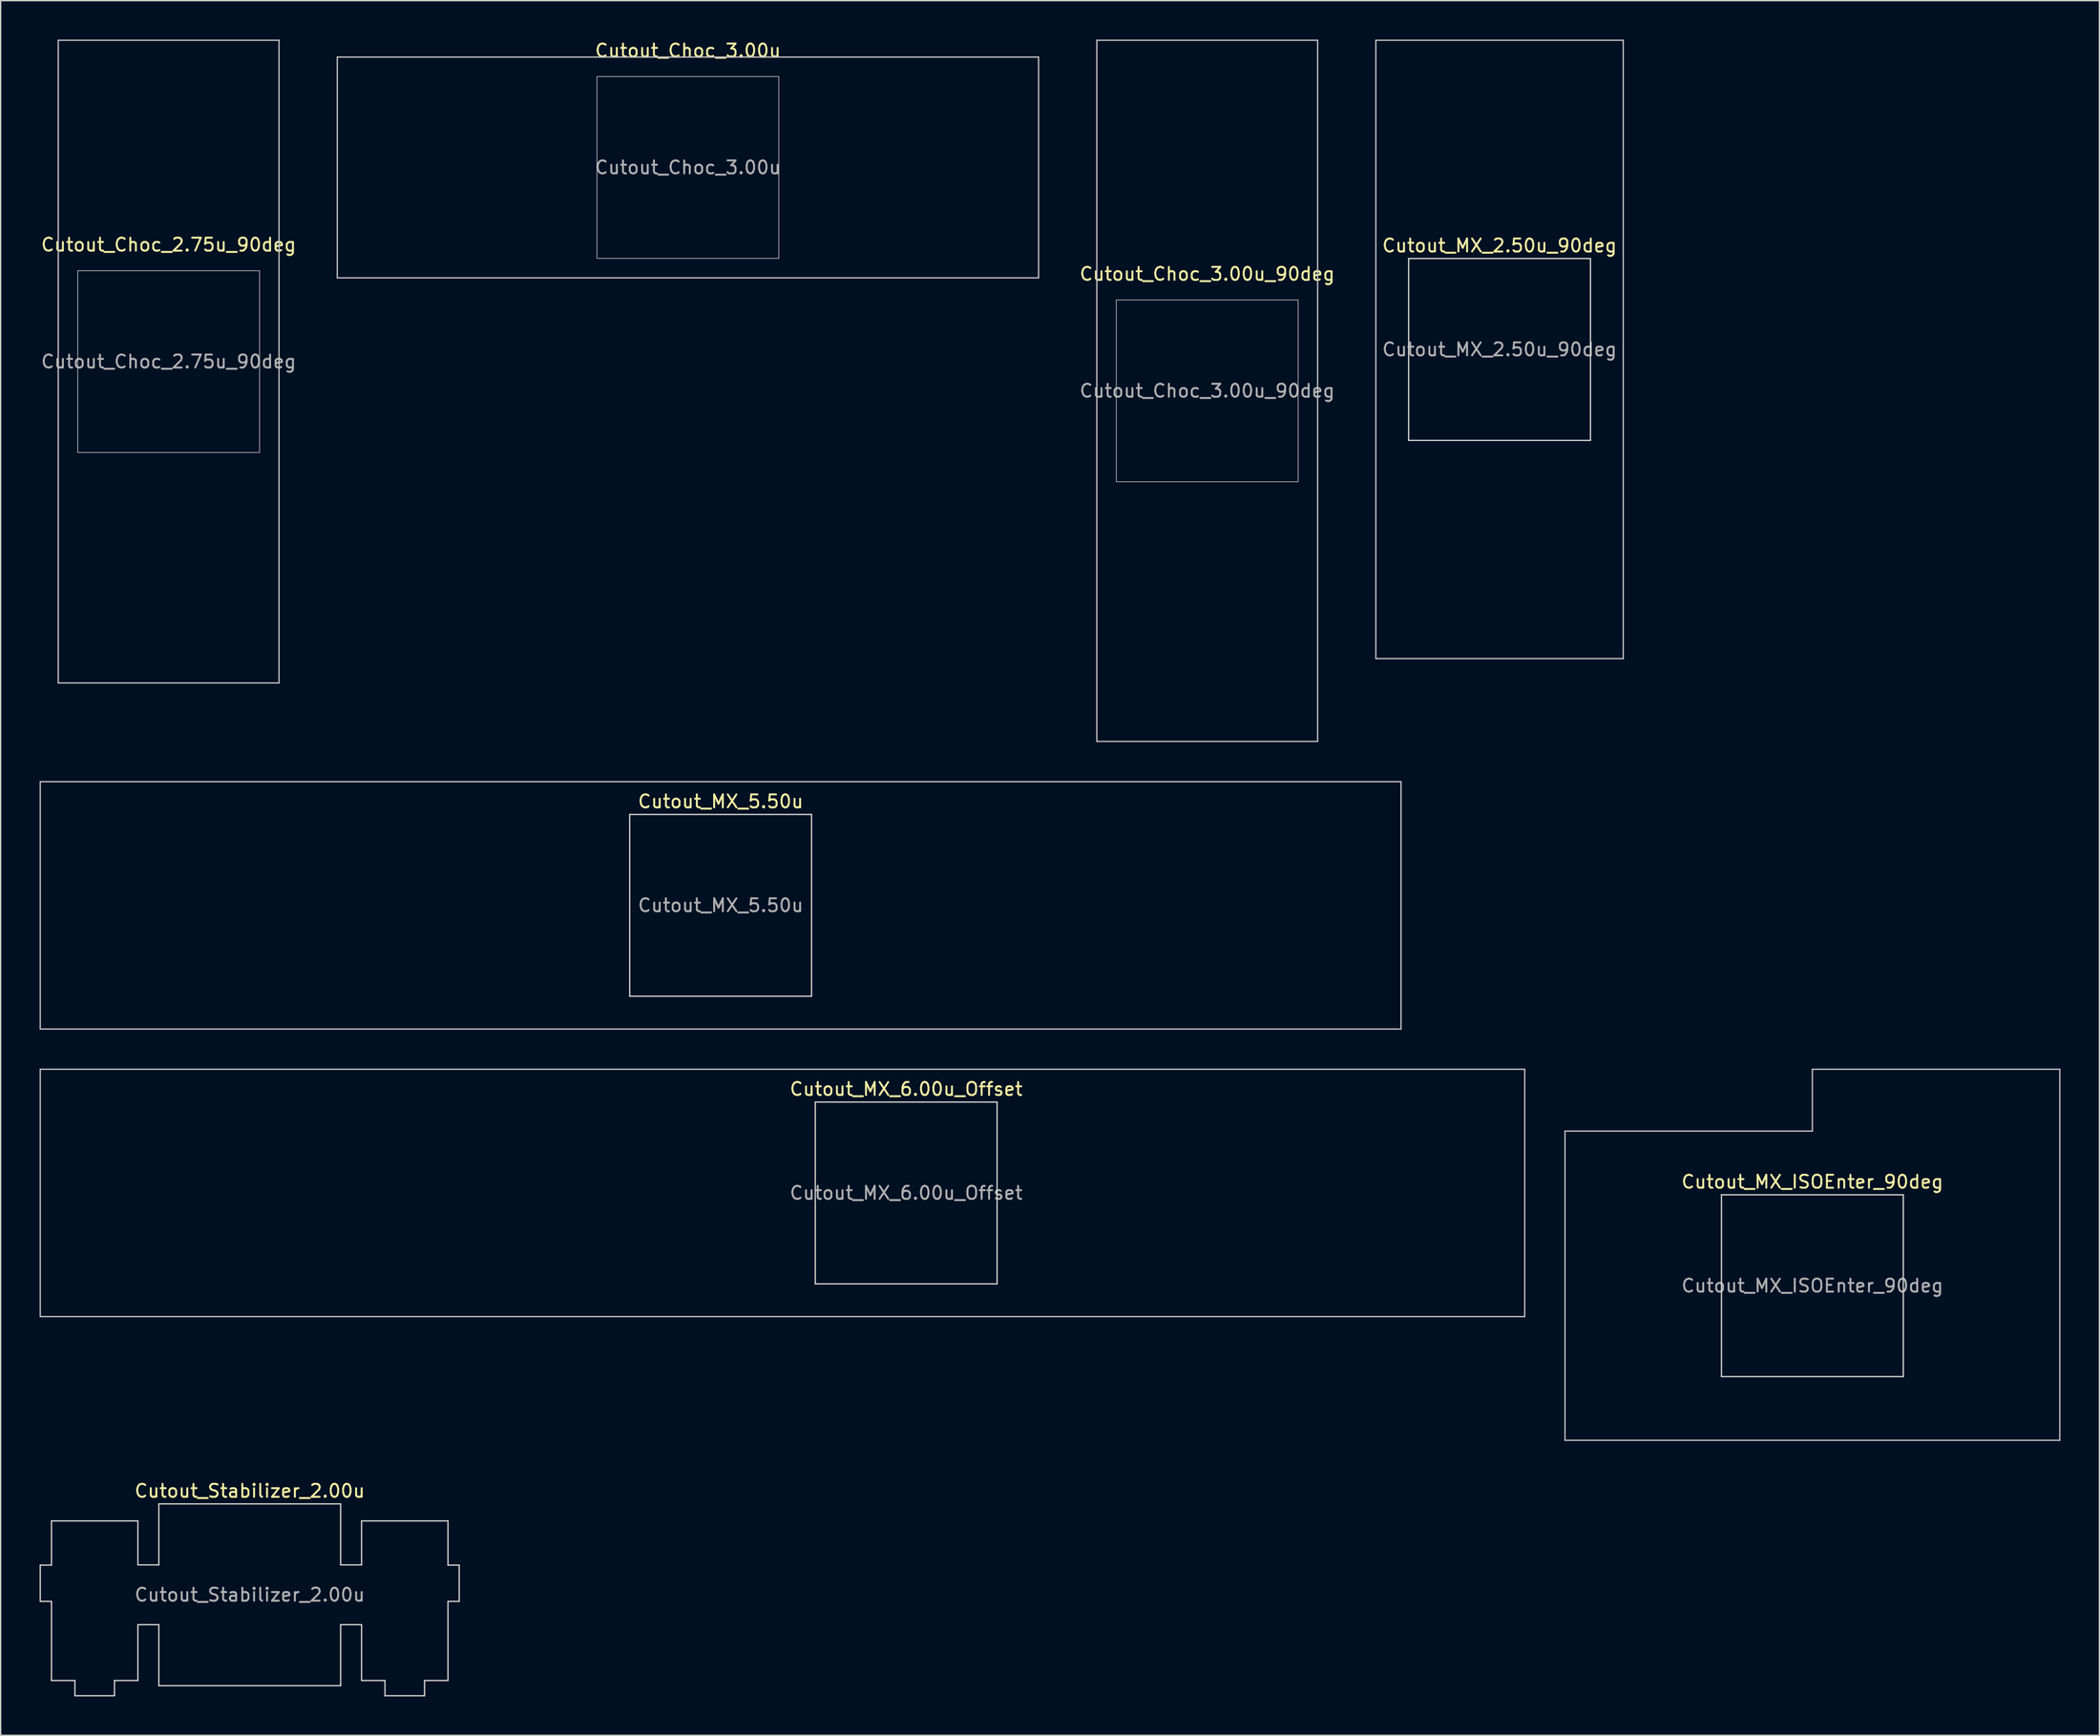
<source format=kicad_pcb>
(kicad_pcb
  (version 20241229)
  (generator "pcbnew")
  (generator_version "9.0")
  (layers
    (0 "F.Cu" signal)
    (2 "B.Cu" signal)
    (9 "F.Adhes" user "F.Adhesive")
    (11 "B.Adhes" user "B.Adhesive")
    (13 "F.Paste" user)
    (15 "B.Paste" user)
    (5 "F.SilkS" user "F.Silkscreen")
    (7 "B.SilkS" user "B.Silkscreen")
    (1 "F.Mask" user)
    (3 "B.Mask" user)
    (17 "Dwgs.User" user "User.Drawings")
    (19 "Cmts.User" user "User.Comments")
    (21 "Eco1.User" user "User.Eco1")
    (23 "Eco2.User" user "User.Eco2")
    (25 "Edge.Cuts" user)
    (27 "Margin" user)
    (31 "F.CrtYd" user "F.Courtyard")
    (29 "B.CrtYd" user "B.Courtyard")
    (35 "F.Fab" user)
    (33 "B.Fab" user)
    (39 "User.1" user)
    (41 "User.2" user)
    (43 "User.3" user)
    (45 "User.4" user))
  (footprint "Cutout_Choc_2.75u_90deg"
    (layer "F.Cu")
    (at 9.935 24.8)
    (property "Reference" "Cutout_Choc_2.75u_90deg" (at 0 -9 0) (layer "F.SilkS") (effects (font (size 1 1) (thickness 0.15))))
    (attr through_hole)
    (fp_line (start -8.5 -24.75) (end 8.5 -24.75) (stroke (width 0.1) (type solid)) (layer "Dwgs.User"))
    (fp_line (start -8.5 24.75) (end -8.5 -24.75) (stroke (width 0.1) (type solid)) (layer "Dwgs.User"))
    (fp_line (start 8.5 -24.75) (end 8.5 24.75) (stroke (width 0.1) (type solid)) (layer "Dwgs.User"))
    (fp_line (start 8.5 24.75) (end -8.5 24.75) (stroke (width 0.1) (type solid)) (layer "Dwgs.User"))
    (fp_rect (start -7 -7) (end 7 7) (stroke (width 0.05) (type default)) (fill no) (layer "Edge.Cuts"))
    (fp_text user "${REFERENCE}" (at 0 0 0) (layer "F.Fab") (effects (font (size 1 1) (thickness 0.15)))))
  (footprint "Cutout_MX_ISOEnter_90deg"
    (layer "F.Cu")
    (at 136.5 95.969)
    (property "Reference" "Cutout_MX_ISOEnter_90deg" (at 0 -8 0) (layer "F.SilkS") (effects (font (size 1 1) (thickness 0.15))))
    (attr through_hole)
    (fp_line (start -19.05 -11.906) (end -19.05 11.906) (stroke (width 0.1) (type solid)) (layer "Dwgs.User"))
    (fp_line (start -19.05 11.906) (end 19.05 11.906) (stroke (width 0.1) (type solid)) (layer "Dwgs.User"))
    (fp_line (start 0 -16.669) (end 0 -11.906) (stroke (width 0.1) (type solid)) (layer "Dwgs.User"))
    (fp_line (start 0 -11.906) (end -19.05 -11.906) (stroke (width 0.1) (type solid)) (layer "Dwgs.User"))
    (fp_line (start 19.05 -16.669) (end 0 -16.669) (stroke (width 0.1) (type solid)) (layer "Dwgs.User"))
    (fp_line (start 19.05 11.906) (end 19.05 -16.669) (stroke (width 0.1) (type solid)) (layer "Dwgs.User"))
    (fp_line (start -7 -7) (end -7 7) (stroke (width 0.1) (type solid)) (layer "Edge.Cuts"))
    (fp_line (start -7 7) (end 7 7) (stroke (width 0.1) (type solid)) (layer "Edge.Cuts"))
    (fp_line (start 7 -7) (end -7 -7) (stroke (width 0.1) (type solid)) (layer "Edge.Cuts"))
    (fp_line (start 7 7) (end 7 -7) (stroke (width 0.1) (type solid)) (layer "Edge.Cuts"))
    (fp_text user "${REFERENCE}" (at 0 0 0) (layer "F.Fab") (effects (font (size 1 1) (thickness 0.15)))))
  (footprint "Cutout_MX_6.00u_Offset"
    (layer "F.Cu")
    (at 66.725 88.825)
    (property "Reference" "Cutout_MX_6.00u_Offset" (at 0 -8 0) (layer "F.SilkS") (effects (font (size 1 1) (thickness 0.15))))
    (attr through_hole)
    (fp_line (start -66.675 -9.525) (end -66.675 9.525) (stroke (width 0.1) (type solid)) (layer "Dwgs.User"))
    (fp_line (start -66.675 9.525) (end 47.625 9.525) (stroke (width 0.1) (type solid)) (layer "Dwgs.User"))
    (fp_line (start 47.625 -9.525) (end -66.675 -9.525) (stroke (width 0.1) (type solid)) (layer "Dwgs.User"))
    (fp_line (start 47.625 9.525) (end 47.625 -9.525) (stroke (width 0.1) (type solid)) (layer "Dwgs.User"))
    (fp_line (start -7 -7) (end -7 7) (stroke (width 0.1) (type solid)) (layer "Edge.Cuts"))
    (fp_line (start -7 7) (end 7 7) (stroke (width 0.1) (type solid)) (layer "Edge.Cuts"))
    (fp_line (start 7 -7) (end -7 -7) (stroke (width 0.1) (type solid)) (layer "Edge.Cuts"))
    (fp_line (start 7 7) (end 7 -7) (stroke (width 0.1) (type solid)) (layer "Edge.Cuts"))
    (fp_text user "${REFERENCE}" (at 0 0 0) (layer "F.Fab") (effects (font (size 1 1) (thickness 0.15)))))
  (footprint "Cutout_Choc_3.00u"
    (layer "F.Cu")
    (at 49.919 9.848)
    (property "Reference" "Cutout_Choc_3.00u" (at 0 -9 0) (layer "F.SilkS") (effects (font (size 1 1) (thickness 0.15))))
    (attr through_hole)
    (fp_line (start -27 -8.5) (end -27 8.5) (stroke (width 0.1) (type solid)) (layer "Dwgs.User"))
    (fp_line (start -27 8.5) (end 27 8.5) (stroke (width 0.1) (type solid)) (layer "Dwgs.User"))
    (fp_line (start 27 -8.5) (end -27 -8.5) (stroke (width 0.1) (type solid)) (layer "Dwgs.User"))
    (fp_line (start 27 8.5) (end 27 -8.5) (stroke (width 0.1) (type solid)) (layer "Dwgs.User"))
    (fp_rect (start -7 -7) (end 7 7) (stroke (width 0.05) (type default)) (fill no) (layer "Edge.Cuts"))
    (fp_text user "${REFERENCE}" (at 0 0 0) (layer "F.Fab") (effects (font (size 1 1) (thickness 0.15)))))
  (footprint "Cutout_MX_2.50u_90deg"
    (layer "F.Cu")
    (at 112.413 23.863)
    (property "Reference" "Cutout_MX_2.50u_90deg" (at 0 -8 0) (layer "F.SilkS") (effects (font (size 1 1) (thickness 0.15))))
    (attr through_hole)
    (fp_line (start -9.525 -23.812) (end 9.525 -23.812) (stroke (width 0.1) (type solid)) (layer "Dwgs.User"))
    (fp_line (start -9.525 23.812) (end -9.525 -23.812) (stroke (width 0.1) (type solid)) (layer "Dwgs.User"))
    (fp_line (start 9.525 -23.812) (end 9.525 23.812) (stroke (width 0.1) (type solid)) (layer "Dwgs.User"))
    (fp_line (start 9.525 23.812) (end -9.525 23.812) (stroke (width 0.1) (type solid)) (layer "Dwgs.User"))
    (fp_line (start -7 -7) (end -7 7) (stroke (width 0.1) (type solid)) (layer "Edge.Cuts"))
    (fp_line (start -7 7) (end 7 7) (stroke (width 0.1) (type solid)) (layer "Edge.Cuts"))
    (fp_line (start 7 -7) (end -7 -7) (stroke (width 0.1) (type solid)) (layer "Edge.Cuts"))
    (fp_line (start 7 7) (end 7 -7) (stroke (width 0.1) (type solid)) (layer "Edge.Cuts"))
    (fp_text user "${REFERENCE}" (at 0 0 0) (layer "F.Fab") (effects (font (size 1 1) (thickness 0.15)))))
  (footprint "Cutout_Choc_3.00u_90deg"
    (layer "F.Cu")
    (at 89.904 27.05)
    (property "Reference" "Cutout_Choc_3.00u_90deg" (at 0 -9 0) (layer "F.SilkS") (effects (font (size 1 1) (thickness 0.15))))
    (attr through_hole)
    (fp_line (start -8.5 -27) (end 8.5 -27) (stroke (width 0.1) (type solid)) (layer "Dwgs.User"))
    (fp_line (start -8.5 27) (end -8.5 -27) (stroke (width 0.1) (type solid)) (layer "Dwgs.User"))
    (fp_line (start 8.5 -27) (end 8.5 27) (stroke (width 0.1) (type solid)) (layer "Dwgs.User"))
    (fp_line (start 8.5 27) (end -8.5 27) (stroke (width 0.1) (type solid)) (layer "Dwgs.User"))
    (fp_rect (start -7 -7) (end 7 7) (stroke (width 0.05) (type default)) (fill no) (layer "Edge.Cuts"))
    (fp_text user "${REFERENCE}" (at 0 0 0) (layer "F.Fab") (effects (font (size 1 1) (thickness 0.15)))))
  (footprint "Cutout_Stabilizer_2.00u"
    (layer "F.Cu")
    (at 16.179 119.773)
    (property "Reference" "Cutout_Stabilizer_2.00u" (at 0 -8 0) (layer "F.SilkS") (effects (font (size 1 1) (thickness 0.15))))
    (attr through_hole)
    (fp_line (start -16.129 -2.286) (end -15.265 -2.286) (stroke (width 0.1) (type solid)) (layer "Edge.Cuts"))
    (fp_line (start -16.129 0.508) (end -16.129 -2.286) (stroke (width 0.1) (type solid)) (layer "Edge.Cuts"))
    (fp_line (start -15.265 -5.69) (end -8.611 -5.69) (stroke (width 0.1) (type solid)) (layer "Edge.Cuts"))
    (fp_line (start -15.265 -2.286) (end -15.265 -5.69) (stroke (width 0.1) (type solid)) (layer "Edge.Cuts"))
    (fp_line (start -15.265 0.508) (end -16.129 0.508) (stroke (width 0.1) (type solid)) (layer "Edge.Cuts"))
    (fp_line (start -15.265 6.604) (end -15.265 0.508) (stroke (width 0.1) (type solid)) (layer "Edge.Cuts"))
    (fp_line (start -13.462 6.604) (end -15.265 6.604) (stroke (width 0.1) (type solid)) (layer "Edge.Cuts"))
    (fp_line (start -13.462 7.772) (end -13.462 6.604) (stroke (width 0.1) (type solid)) (layer "Edge.Cuts"))
    (fp_line (start -10.414 6.604) (end -10.414 7.772) (stroke (width 0.1) (type solid)) (layer "Edge.Cuts"))
    (fp_line (start -10.414 7.772) (end -13.462 7.772) (stroke (width 0.1) (type solid)) (layer "Edge.Cuts"))
    (fp_line (start -8.611 -5.69) (end -8.611 -2.3) (stroke (width 0.1) (type solid)) (layer "Edge.Cuts"))
    (fp_line (start -8.611 -2.3) (end -7 -2.3) (stroke (width 0.1) (type solid)) (layer "Edge.Cuts"))
    (fp_line (start -8.611 2.3) (end -8.611 6.604) (stroke (width 0.1) (type solid)) (layer "Edge.Cuts"))
    (fp_line (start -8.611 2.3) (end -7 2.3) (stroke (width 0.1) (type solid)) (layer "Edge.Cuts"))
    (fp_line (start -8.611 6.604) (end -10.414 6.604) (stroke (width 0.1) (type solid)) (layer "Edge.Cuts"))
    (fp_line (start -7 -7) (end -7 -2.3) (stroke (width 0.1) (type solid)) (layer "Edge.Cuts"))
    (fp_line (start -7 -7) (end 7 -7) (stroke (width 0.1) (type solid)) (layer "Edge.Cuts"))
    (fp_line (start -7 2.3) (end -7 7) (stroke (width 0.1) (type solid)) (layer "Edge.Cuts"))
    (fp_line (start -7 7) (end 7 7) (stroke (width 0.1) (type solid)) (layer "Edge.Cuts"))
    (fp_line (start 7 -7) (end 7 -2.3) (stroke (width 0.1) (type solid)) (layer "Edge.Cuts"))
    (fp_line (start 7 -2.3) (end 8.611 -2.3) (stroke (width 0.1) (type solid)) (layer "Edge.Cuts"))
    (fp_line (start 7 2.3) (end 7 7) (stroke (width 0.1) (type solid)) (layer "Edge.Cuts"))
    (fp_line (start 7 2.3) (end 8.611 2.3) (stroke (width 0.1) (type solid)) (layer "Edge.Cuts"))
    (fp_line (start 8.611 -5.69) (end 8.611 -2.3) (stroke (width 0.1) (type solid)) (layer "Edge.Cuts"))
    (fp_line (start 8.611 2.3) (end 8.611 6.604) (stroke (width 0.1) (type solid)) (layer "Edge.Cuts"))
    (fp_line (start 8.611 6.604) (end 10.414 6.604) (stroke (width 0.1) (type solid)) (layer "Edge.Cuts"))
    (fp_line (start 10.414 6.604) (end 10.414 7.772) (stroke (width 0.1) (type solid)) (layer "Edge.Cuts"))
    (fp_line (start 10.414 7.772) (end 13.462 7.772) (stroke (width 0.1) (type solid)) (layer "Edge.Cuts"))
    (fp_line (start 13.462 6.604) (end 15.265 6.604) (stroke (width 0.1) (type solid)) (layer "Edge.Cuts"))
    (fp_line (start 13.462 7.772) (end 13.462 6.604) (stroke (width 0.1) (type solid)) (layer "Edge.Cuts"))
    (fp_line (start 15.265 -5.69) (end 8.611 -5.69) (stroke (width 0.1) (type solid)) (layer "Edge.Cuts"))
    (fp_line (start 15.265 -2.286) (end 15.265 -5.69) (stroke (width 0.1) (type solid)) (layer "Edge.Cuts"))
    (fp_line (start 15.265 0.508) (end 16.129 0.508) (stroke (width 0.1) (type solid)) (layer "Edge.Cuts"))
    (fp_line (start 15.265 6.604) (end 15.265 0.508) (stroke (width 0.1) (type solid)) (layer "Edge.Cuts"))
    (fp_line (start 16.129 -2.286) (end 15.265 -2.286) (stroke (width 0.1) (type solid)) (layer "Edge.Cuts"))
    (fp_line (start 16.129 0.508) (end 16.129 -2.286) (stroke (width 0.1) (type solid)) (layer "Edge.Cuts"))
    (fp_text user "${REFERENCE}" (at 0 0 0) (layer "F.Fab") (effects (font (size 1 1) (thickness 0.15)))))
  (footprint "Cutout_MX_5.50u"
    (layer "F.Cu")
    (at 52.438 66.675)
    (property "Reference" "Cutout_MX_5.50u" (at 0 -8 0) (layer "F.SilkS") (effects (font (size 1 1) (thickness 0.15))))
    (attr through_hole)
    (fp_line (start -52.388 -9.525) (end -52.388 9.525) (stroke (width 0.1) (type solid)) (layer "Dwgs.User"))
    (fp_line (start -52.388 9.525) (end 52.388 9.525) (stroke (width 0.1) (type solid)) (layer "Dwgs.User"))
    (fp_line (start 52.388 -9.525) (end -52.388 -9.525) (stroke (width 0.1) (type solid)) (layer "Dwgs.User"))
    (fp_line (start 52.388 9.525) (end 52.388 -9.525) (stroke (width 0.1) (type solid)) (layer "Dwgs.User"))
    (fp_line (start -7 -7) (end -7 7) (stroke (width 0.1) (type solid)) (layer "Edge.Cuts"))
    (fp_line (start -7 7) (end 7 7) (stroke (width 0.1) (type solid)) (layer "Edge.Cuts"))
    (fp_line (start 7 -7) (end -7 -7) (stroke (width 0.1) (type solid)) (layer "Edge.Cuts"))
    (fp_line (start 7 7) (end 7 -7) (stroke (width 0.1) (type solid)) (layer "Edge.Cuts"))
    (fp_text user "${REFERENCE}" (at 0 0 0) (layer "F.Fab") (effects (font (size 1 1) (thickness 0.15)))))
  (gr_rect
    (start -3 -3)
    (end 158.6 130.596)
    (stroke (width 0.1) (type default))
    (fill no)
    (layer "Edge.Cuts")))
</source>
